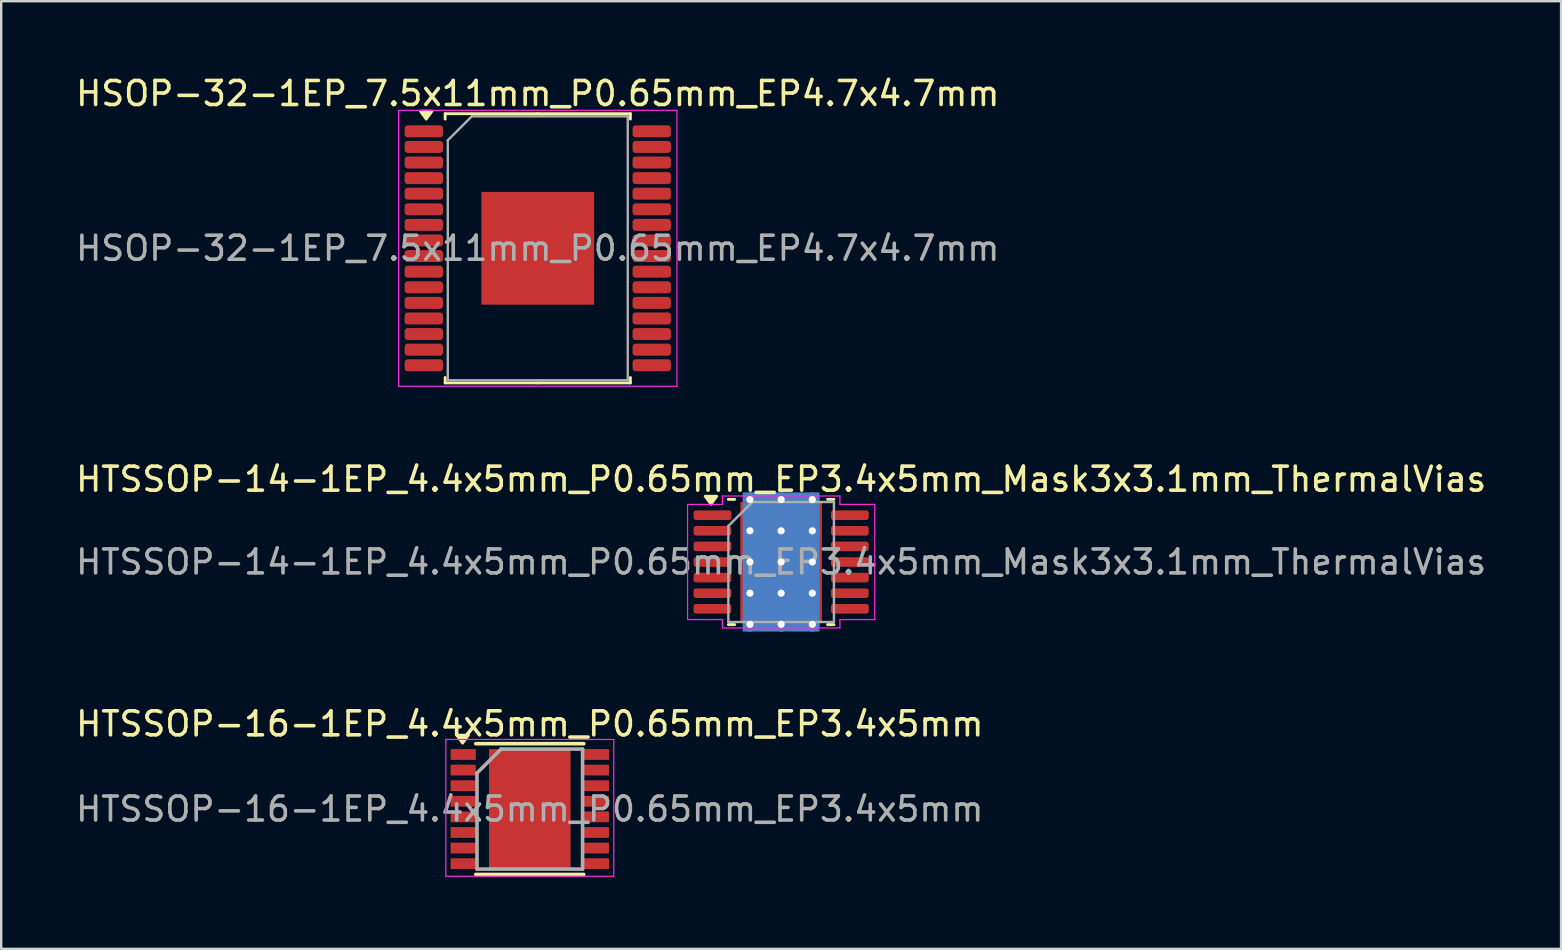
<source format=kicad_pcb>
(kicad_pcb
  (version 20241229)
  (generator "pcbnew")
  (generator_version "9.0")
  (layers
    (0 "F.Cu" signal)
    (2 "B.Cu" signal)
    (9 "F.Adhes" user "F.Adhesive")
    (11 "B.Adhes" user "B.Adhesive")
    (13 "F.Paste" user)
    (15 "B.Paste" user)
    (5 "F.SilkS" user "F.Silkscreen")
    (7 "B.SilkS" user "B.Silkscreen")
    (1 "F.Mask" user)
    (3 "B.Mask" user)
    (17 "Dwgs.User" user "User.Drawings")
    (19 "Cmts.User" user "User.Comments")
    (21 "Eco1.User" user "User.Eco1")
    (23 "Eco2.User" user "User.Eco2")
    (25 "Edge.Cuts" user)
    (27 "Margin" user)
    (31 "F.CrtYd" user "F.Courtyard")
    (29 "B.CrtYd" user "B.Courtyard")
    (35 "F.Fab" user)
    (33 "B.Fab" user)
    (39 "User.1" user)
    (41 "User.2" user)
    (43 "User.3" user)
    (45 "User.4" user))
  (footprint "HTSSOP-14-1EP_4.4x5mm_P0.65mm_EP3.4x5mm_Mask3x3.1mm_ThermalVias"
    (layer "F.Cu")
    (at 29.506 20.372)
    (property "Reference" "HTSSOP-14-1EP_4.4x5mm_P0.65mm_EP3.4x5mm_Mask3x3.1mm_ThermalVias" (at 0 -3.45 0) (layer "F.SilkS") (effects (font (size 1 1) (thickness 0.15))))
    (attr smd)
    (fp_line (start -1.936 -2.61) (end -2.2 -2.61) (stroke (width 0.12) (type solid)) (layer "F.SilkS"))
    (fp_line (start -1.936 2.61) (end -2.2 2.61) (stroke (width 0.12) (type solid)) (layer "F.SilkS"))
    (fp_line (start 1.936 -2.61) (end 2.2 -2.61) (stroke (width 0.12) (type solid)) (layer "F.SilkS"))
    (fp_line (start 1.936 2.61) (end 2.2 2.61) (stroke (width 0.12) (type solid)) (layer "F.SilkS"))
    (fp_poly (pts (xy -2.925 -2.41) (xy -3.165 -2.74) (xy -2.685 -2.74)) (stroke (width 0.12) (type solid)) (fill yes) (layer "F.SilkS"))
    (fp_line (start -3.9 -2.4) (end -2.45 -2.4) (stroke (width 0.05) (type solid)) (layer "F.CrtYd"))
    (fp_line (start -3.9 2.4) (end -3.9 -2.4) (stroke (width 0.05) (type solid)) (layer "F.CrtYd"))
    (fp_line (start -2.45 -2.75) (end 2.45 -2.75) (stroke (width 0.05) (type solid)) (layer "F.CrtYd"))
    (fp_line (start -2.45 -2.4) (end -2.45 -2.75) (stroke (width 0.05) (type solid)) (layer "F.CrtYd"))
    (fp_line (start -2.45 2.4) (end -3.9 2.4) (stroke (width 0.05) (type solid)) (layer "F.CrtYd"))
    (fp_line (start -2.45 2.75) (end -2.45 2.4) (stroke (width 0.05) (type solid)) (layer "F.CrtYd"))
    (fp_line (start 2.45 -2.75) (end 2.45 -2.4) (stroke (width 0.05) (type solid)) (layer "F.CrtYd"))
    (fp_line (start 2.45 -2.4) (end 3.9 -2.4) (stroke (width 0.05) (type solid)) (layer "F.CrtYd"))
    (fp_line (start 2.45 2.4) (end 2.45 2.75) (stroke (width 0.05) (type solid)) (layer "F.CrtYd"))
    (fp_line (start 2.45 2.75) (end -2.45 2.75) (stroke (width 0.05) (type solid)) (layer "F.CrtYd"))
    (fp_line (start 3.9 -2.4) (end 3.9 2.4) (stroke (width 0.05) (type solid)) (layer "F.CrtYd"))
    (fp_line (start 3.9 2.4) (end 2.45 2.4) (stroke (width 0.05) (type solid)) (layer "F.CrtYd"))
    (fp_line (start -2.2 -1.5) (end -1.2 -2.5) (stroke (width 0.1) (type solid)) (layer "F.Fab"))
    (fp_line (start -2.2 2.5) (end -2.2 -1.5) (stroke (width 0.1) (type solid)) (layer "F.Fab"))
    (fp_line (start -1.2 -2.5) (end 2.2 -2.5) (stroke (width 0.1) (type solid)) (layer "F.Fab"))
    (fp_line (start 2.2 -2.5) (end 2.2 2.5) (stroke (width 0.1) (type solid)) (layer "F.Fab"))
    (fp_line (start 2.2 2.5) (end -2.2 2.5) (stroke (width 0.1) (type solid)) (layer "F.Fab"))
    (fp_text user "${REFERENCE}" (at 0 0 0) (layer "F.Fab") (effects (font (size 1 1) (thickness 0.15))))
    (pad "" smd roundrect (at -0.75 -0.775) (size 1.21 1.25) (layers "F.Paste") (roundrect_rratio 0.207))
    (pad "" smd roundrect (at -0.75 0.775) (size 1.21 1.25) (layers "F.Paste") (roundrect_rratio 0.207))
    (pad "" smd rect (at 0 0) (size 3 3.1) (layers "F.Mask"))
    (pad "" smd roundrect (at 0.75 -0.775) (size 1.21 1.25) (layers "F.Paste") (roundrect_rratio 0.207))
    (pad "" smd roundrect (at 0.75 0.775) (size 1.21 1.25) (layers "F.Paste") (roundrect_rratio 0.207))
    (pad "1" smd roundrect (at -2.862 -1.95) (size 1.575 0.4) (layers "F.Cu" "F.Mask" "F.Paste") (roundrect_rratio 0.25))
    (pad "2" smd roundrect (at -2.862 -1.3) (size 1.575 0.4) (layers "F.Cu" "F.Mask" "F.Paste") (roundrect_rratio 0.25))
    (pad "3" smd roundrect (at -2.862 -0.65) (size 1.575 0.4) (layers "F.Cu" "F.Mask" "F.Paste") (roundrect_rratio 0.25))
    (pad "4" smd roundrect (at -2.862 0) (size 1.575 0.4) (layers "F.Cu" "F.Mask" "F.Paste") (roundrect_rratio 0.25))
    (pad "5" smd roundrect (at -2.862 0.65) (size 1.575 0.4) (layers "F.Cu" "F.Mask" "F.Paste") (roundrect_rratio 0.25))
    (pad "6" smd roundrect (at -2.862 1.3) (size 1.575 0.4) (layers "F.Cu" "F.Mask" "F.Paste") (roundrect_rratio 0.25))
    (pad "7" smd roundrect (at -2.862 1.95) (size 1.575 0.4) (layers "F.Cu" "F.Mask" "F.Paste") (roundrect_rratio 0.25))
    (pad "8" smd roundrect (at 2.862 1.95) (size 1.575 0.4) (layers "F.Cu" "F.Mask" "F.Paste") (roundrect_rratio 0.25))
    (pad "9" smd roundrect (at 2.862 1.3) (size 1.575 0.4) (layers "F.Cu" "F.Mask" "F.Paste") (roundrect_rratio 0.25))
    (pad "10" smd roundrect (at 2.862 0.65) (size 1.575 0.4) (layers "F.Cu" "F.Mask" "F.Paste") (roundrect_rratio 0.25))
    (pad "11" smd roundrect (at 2.862 0) (size 1.575 0.4) (layers "F.Cu" "F.Mask" "F.Paste") (roundrect_rratio 0.25))
    (pad "12" smd roundrect (at 2.862 -0.65) (size 1.575 0.4) (layers "F.Cu" "F.Mask" "F.Paste") (roundrect_rratio 0.25))
    (pad "13" smd roundrect (at 2.862 -1.3) (size 1.575 0.4) (layers "F.Cu" "F.Mask" "F.Paste") (roundrect_rratio 0.25))
    (pad "14" smd roundrect (at 2.862 -1.95) (size 1.575 0.4) (layers "F.Cu" "F.Mask" "F.Paste") (roundrect_rratio 0.25))
    (pad "15" thru_hole circle (at -1.3 -2.6) (size 0.6 0.6) (drill 0.3) (property pad_prop_heatsink) (layers "*.Cu"))
    (pad "15" thru_hole circle (at -1.3 -1.3) (size 0.6 0.6) (drill 0.3) (property pad_prop_heatsink) (layers "*.Cu"))
    (pad "15" thru_hole circle (at -1.3 0) (size 0.6 0.6) (drill 0.3) (property pad_prop_heatsink) (layers "*.Cu"))
    (pad "15" thru_hole circle (at -1.3 1.3) (size 0.6 0.6) (drill 0.3) (property pad_prop_heatsink) (layers "*.Cu"))
    (pad "15" thru_hole circle (at -1.3 2.6) (size 0.6 0.6) (drill 0.3) (property pad_prop_heatsink) (layers "*.Cu"))
    (pad "15" thru_hole circle (at 0 -2.6) (size 0.6 0.6) (drill 0.3) (property pad_prop_heatsink) (layers "*.Cu"))
    (pad "15" thru_hole circle (at 0 -1.3) (size 0.6 0.6) (drill 0.3) (property pad_prop_heatsink) (layers "*.Cu"))
    (pad "15" thru_hole circle (at 0 0) (size 0.6 0.6) (drill 0.3) (property pad_prop_heatsink) (layers "*.Cu"))
    (pad "15" smd rect (at 0 0) (size 3.2 5.8) (property pad_prop_heatsink) (layers "B.Cu"))
    (pad "15" smd rect (at 0 0) (size 3.4 5) (property pad_prop_heatsink) (layers "F.Cu"))
    (pad "15" thru_hole circle (at 0 1.3) (size 0.6 0.6) (drill 0.3) (property pad_prop_heatsink) (layers "*.Cu"))
    (pad "15" thru_hole circle (at 0 2.6) (size 0.6 0.6) (drill 0.3) (property pad_prop_heatsink) (layers "*.Cu"))
    (pad "15" thru_hole circle (at 1.3 -2.6) (size 0.6 0.6) (drill 0.3) (property pad_prop_heatsink) (layers "*.Cu"))
    (pad "15" thru_hole circle (at 1.3 -1.3) (size 0.6 0.6) (drill 0.3) (property pad_prop_heatsink) (layers "*.Cu"))
    (pad "15" thru_hole circle (at 1.3 0) (size 0.6 0.6) (drill 0.3) (property pad_prop_heatsink) (layers "*.Cu"))
    (pad "15" thru_hole circle (at 1.3 1.3) (size 0.6 0.6) (drill 0.3) (property pad_prop_heatsink) (layers "*.Cu"))
    (pad "15" thru_hole circle (at 1.3 2.6) (size 0.6 0.6) (drill 0.3) (property pad_prop_heatsink) (layers "*.Cu")))
  (footprint "HTSSOP-16-1EP_4.4x5mm_P0.65mm_EP3.4x5mm"
    (layer "F.Cu")
    (at 19.03 30.67)
    (property "Reference" "HTSSOP-16-1EP_4.4x5mm_P0.65mm_EP3.4x5mm" (at 0 -3.55 0) (layer "F.SilkS") (effects (font (size 1 1) (thickness 0.15))))
    (attr smd)
    (fp_line (start -2.25 -2.725) (end 2.25 -2.725) (stroke (width 0.15) (type solid)) (layer "F.SilkS"))
    (fp_line (start -2.25 2.725) (end 2.25 2.725) (stroke (width 0.15) (type solid)) (layer "F.SilkS"))
    (fp_poly (pts (xy -2.8 -2.75) (xy -3.04 -3.08) (xy -2.56 -3.08) (xy -2.8 -2.75)) (stroke (width 0.12) (type solid)) (fill yes) (layer "F.SilkS"))
    (fp_line (start -3.5 -2.9) (end -3.5 2.8) (stroke (width 0.05) (type solid)) (layer "F.CrtYd"))
    (fp_line (start -3.5 -2.9) (end 3.5 -2.9) (stroke (width 0.05) (type solid)) (layer "F.CrtYd"))
    (fp_line (start -3.5 2.8) (end 3.5 2.8) (stroke (width 0.05) (type solid)) (layer "F.CrtYd"))
    (fp_line (start 3.5 -2.9) (end 3.5 2.8) (stroke (width 0.05) (type solid)) (layer "F.CrtYd"))
    (fp_line (start -2.2 -1.5) (end -1.2 -2.5) (stroke (width 0.15) (type solid)) (layer "F.Fab"))
    (fp_line (start -2.2 2.5) (end -2.2 -1.5) (stroke (width 0.15) (type solid)) (layer "F.Fab"))
    (fp_line (start -1.2 -2.5) (end 2.2 -2.5) (stroke (width 0.15) (type solid)) (layer "F.Fab"))
    (fp_line (start 2.2 -2.5) (end 2.2 2.5) (stroke (width 0.15) (type solid)) (layer "F.Fab"))
    (fp_line (start 2.2 2.5) (end -2.2 2.5) (stroke (width 0.15) (type solid)) (layer "F.Fab"))
    (fp_text user "${REFERENCE}" (at 0 0 0) (layer "F.Fab") (effects (font (size 1 1) (thickness 0.15))))
    (pad "" smd rect (at -1.133 -1.875) (size 0.88 1.05) (layers "F.Paste"))
    (pad "" smd rect (at -1.133 -0.625) (size 0.88 1.05) (layers "F.Paste"))
    (pad "" smd rect (at -1.133 0.625) (size 0.88 1.05) (layers "F.Paste"))
    (pad "" smd rect (at -1.133 1.875) (size 0.88 1.05) (layers "F.Paste"))
    (pad "" smd rect (at 0 -1.875) (size 0.88 1.05) (layers "F.Paste"))
    (pad "" smd rect (at 0 -0.625) (size 0.88 1.05) (layers "F.Paste"))
    (pad "" smd rect (at 0 0.625) (size 0.88 1.05) (layers "F.Paste"))
    (pad "" smd rect (at 0 1.875) (size 0.88 1.05) (layers "F.Paste"))
    (pad "" smd rect (at 1.133 -1.875) (size 0.88 1.05) (layers "F.Paste"))
    (pad "" smd rect (at 1.133 -0.625) (size 0.88 1.05) (layers "F.Paste"))
    (pad "" smd rect (at 1.133 0.625) (size 0.88 1.05) (layers "F.Paste"))
    (pad "" smd rect (at 1.133 1.875) (size 0.88 1.05) (layers "F.Paste"))
    (pad "1" smd rect (at -2.775 -2.275) (size 1.05 0.45) (layers "F.Cu" "F.Mask" "F.Paste"))
    (pad "2" smd rect (at -2.775 -1.625) (size 1.05 0.45) (layers "F.Cu" "F.Mask" "F.Paste"))
    (pad "3" smd rect (at -2.775 -0.975) (size 1.05 0.45) (layers "F.Cu" "F.Mask" "F.Paste"))
    (pad "4" smd rect (at -2.775 -0.325) (size 1.05 0.45) (layers "F.Cu" "F.Mask" "F.Paste"))
    (pad "5" smd rect (at -2.775 0.325) (size 1.05 0.45) (layers "F.Cu" "F.Mask" "F.Paste"))
    (pad "6" smd rect (at -2.775 0.975) (size 1.05 0.45) (layers "F.Cu" "F.Mask" "F.Paste"))
    (pad "7" smd rect (at -2.775 1.625) (size 1.05 0.45) (layers "F.Cu" "F.Mask" "F.Paste"))
    (pad "8" smd rect (at -2.775 2.275) (size 1.05 0.45) (layers "F.Cu" "F.Mask" "F.Paste"))
    (pad "9" smd rect (at 2.775 2.275) (size 1.05 0.45) (layers "F.Cu" "F.Mask" "F.Paste"))
    (pad "10" smd rect (at 2.775 1.625) (size 1.05 0.45) (layers "F.Cu" "F.Mask" "F.Paste"))
    (pad "11" smd rect (at 2.775 0.975) (size 1.05 0.45) (layers "F.Cu" "F.Mask" "F.Paste"))
    (pad "12" smd rect (at 2.775 0.325) (size 1.05 0.45) (layers "F.Cu" "F.Mask" "F.Paste"))
    (pad "13" smd rect (at 2.775 -0.325) (size 1.05 0.45) (layers "F.Cu" "F.Mask" "F.Paste"))
    (pad "14" smd rect (at 2.775 -0.975) (size 1.05 0.45) (layers "F.Cu" "F.Mask" "F.Paste"))
    (pad "15" smd rect (at 2.775 -1.625) (size 1.05 0.45) (layers "F.Cu" "F.Mask" "F.Paste"))
    (pad "16" smd rect (at 2.775 -2.275) (size 1.05 0.45) (layers "F.Cu" "F.Mask" "F.Paste"))
    (pad "17" smd rect (at 0 0) (size 3.4 5) (layers "F.Cu" "F.Mask")))
  (footprint "HSOP-32-1EP_7.5x11mm_P0.65mm_EP4.7x4.7mm"
    (layer "F.Cu")
    (at 19.363 7.298)
    (property "Reference" "HSOP-32-1EP_7.5x11mm_P0.65mm_EP4.7x4.7mm" (at 0 -6.45 0) (layer "F.SilkS") (effects (font (size 1 1) (thickness 0.15))))
    (attr smd)
    (fp_line (start -3.86 -5.61) (end -3.86 -5.385) (stroke (width 0.12) (type solid)) (layer "F.SilkS"))
    (fp_line (start -3.86 5.61) (end -3.86 5.385) (stroke (width 0.12) (type solid)) (layer "F.SilkS"))
    (fp_line (start 0 -5.61) (end -3.86 -5.61) (stroke (width 0.12) (type solid)) (layer "F.SilkS"))
    (fp_line (start 0 -5.61) (end 3.86 -5.61) (stroke (width 0.12) (type solid)) (layer "F.SilkS"))
    (fp_line (start 0 5.61) (end -3.86 5.61) (stroke (width 0.12) (type solid)) (layer "F.SilkS"))
    (fp_line (start 0 5.61) (end 3.86 5.61) (stroke (width 0.12) (type solid)) (layer "F.SilkS"))
    (fp_line (start 3.86 -5.61) (end 3.86 -5.385) (stroke (width 0.12) (type solid)) (layer "F.SilkS"))
    (fp_line (start 3.86 5.61) (end 3.86 5.385) (stroke (width 0.12) (type solid)) (layer "F.SilkS"))
    (fp_poly (pts (xy -4.65 -5.385) (xy -4.89 -5.715) (xy -4.41 -5.715) (xy -4.65 -5.385)) (stroke (width 0.12) (type solid)) (fill yes) (layer "F.SilkS"))
    (fp_line (start -5.8 -5.75) (end -5.8 5.75) (stroke (width 0.05) (type solid)) (layer "F.CrtYd"))
    (fp_line (start -5.8 5.75) (end 5.8 5.75) (stroke (width 0.05) (type solid)) (layer "F.CrtYd"))
    (fp_line (start 5.8 -5.75) (end -5.8 -5.75) (stroke (width 0.05) (type solid)) (layer "F.CrtYd"))
    (fp_line (start 5.8 5.75) (end 5.8 -5.75) (stroke (width 0.05) (type solid)) (layer "F.CrtYd"))
    (fp_line (start -3.75 -4.5) (end -2.75 -5.5) (stroke (width 0.1) (type solid)) (layer "F.Fab"))
    (fp_line (start -3.75 5.5) (end -3.75 -4.5) (stroke (width 0.1) (type solid)) (layer "F.Fab"))
    (fp_line (start -2.75 -5.5) (end 3.75 -5.5) (stroke (width 0.1) (type solid)) (layer "F.Fab"))
    (fp_line (start 3.75 -5.5) (end 3.75 5.5) (stroke (width 0.1) (type solid)) (layer "F.Fab"))
    (fp_line (start 3.75 5.5) (end -3.75 5.5) (stroke (width 0.1) (type solid)) (layer "F.Fab"))
    (fp_text user "${REFERENCE}" (at 0 0 0) (layer "F.Fab") (effects (font (size 1 1) (thickness 0.15))))
    (pad "" smd roundrect (at -1.175 -1.175) (size 1.89 1.89) (layers "F.Paste") (roundrect_rratio 0.132))
    (pad "" smd roundrect (at -1.175 1.175) (size 1.89 1.89) (layers "F.Paste") (roundrect_rratio 0.132))
    (pad "" smd roundrect (at 1.175 -1.175) (size 1.89 1.89) (layers "F.Paste") (roundrect_rratio 0.132))
    (pad "" smd roundrect (at 1.175 1.175) (size 1.89 1.89) (layers "F.Paste") (roundrect_rratio 0.132))
    (pad "1" smd roundrect (at -4.75 -4.875) (size 1.6 0.5) (layers "F.Cu" "F.Mask" "F.Paste") (roundrect_rratio 0.25))
    (pad "2" smd roundrect (at -4.75 -4.225) (size 1.6 0.5) (layers "F.Cu" "F.Mask" "F.Paste") (roundrect_rratio 0.25))
    (pad "3" smd roundrect (at -4.75 -3.575) (size 1.6 0.5) (layers "F.Cu" "F.Mask" "F.Paste") (roundrect_rratio 0.25))
    (pad "4" smd roundrect (at -4.75 -2.925) (size 1.6 0.5) (layers "F.Cu" "F.Mask" "F.Paste") (roundrect_rratio 0.25))
    (pad "5" smd roundrect (at -4.75 -2.275) (size 1.6 0.5) (layers "F.Cu" "F.Mask" "F.Paste") (roundrect_rratio 0.25))
    (pad "6" smd roundrect (at -4.75 -1.625) (size 1.6 0.5) (layers "F.Cu" "F.Mask" "F.Paste") (roundrect_rratio 0.25))
    (pad "7" smd roundrect (at -4.75 -0.975) (size 1.6 0.5) (layers "F.Cu" "F.Mask" "F.Paste") (roundrect_rratio 0.25))
    (pad "8" smd roundrect (at -4.75 -0.325) (size 1.6 0.5) (layers "F.Cu" "F.Mask" "F.Paste") (roundrect_rratio 0.25))
    (pad "9" smd roundrect (at -4.75 0.325) (size 1.6 0.5) (layers "F.Cu" "F.Mask" "F.Paste") (roundrect_rratio 0.25))
    (pad "10" smd roundrect (at -4.75 0.975) (size 1.6 0.5) (layers "F.Cu" "F.Mask" "F.Paste") (roundrect_rratio 0.25))
    (pad "11" smd roundrect (at -4.75 1.625) (size 1.6 0.5) (layers "F.Cu" "F.Mask" "F.Paste") (roundrect_rratio 0.25))
    (pad "12" smd roundrect (at -4.75 2.275) (size 1.6 0.5) (layers "F.Cu" "F.Mask" "F.Paste") (roundrect_rratio 0.25))
    (pad "13" smd roundrect (at -4.75 2.925) (size 1.6 0.5) (layers "F.Cu" "F.Mask" "F.Paste") (roundrect_rratio 0.25))
    (pad "14" smd roundrect (at -4.75 3.575) (size 1.6 0.5) (layers "F.Cu" "F.Mask" "F.Paste") (roundrect_rratio 0.25))
    (pad "15" smd roundrect (at -4.75 4.225) (size 1.6 0.5) (layers "F.Cu" "F.Mask" "F.Paste") (roundrect_rratio 0.25))
    (pad "16" smd roundrect (at -4.75 4.875) (size 1.6 0.5) (layers "F.Cu" "F.Mask" "F.Paste") (roundrect_rratio 0.25))
    (pad "17" smd roundrect (at 4.75 4.875) (size 1.6 0.5) (layers "F.Cu" "F.Mask" "F.Paste") (roundrect_rratio 0.25))
    (pad "18" smd roundrect (at 4.75 4.225) (size 1.6 0.5) (layers "F.Cu" "F.Mask" "F.Paste") (roundrect_rratio 0.25))
    (pad "19" smd roundrect (at 4.75 3.575) (size 1.6 0.5) (layers "F.Cu" "F.Mask" "F.Paste") (roundrect_rratio 0.25))
    (pad "20" smd roundrect (at 4.75 2.925) (size 1.6 0.5) (layers "F.Cu" "F.Mask" "F.Paste") (roundrect_rratio 0.25))
    (pad "21" smd roundrect (at 4.75 2.275) (size 1.6 0.5) (layers "F.Cu" "F.Mask" "F.Paste") (roundrect_rratio 0.25))
    (pad "22" smd roundrect (at 4.75 1.625) (size 1.6 0.5) (layers "F.Cu" "F.Mask" "F.Paste") (roundrect_rratio 0.25))
    (pad "23" smd roundrect (at 4.75 0.975) (size 1.6 0.5) (layers "F.Cu" "F.Mask" "F.Paste") (roundrect_rratio 0.25))
    (pad "24" smd roundrect (at 4.75 0.325) (size 1.6 0.5) (layers "F.Cu" "F.Mask" "F.Paste") (roundrect_rratio 0.25))
    (pad "25" smd roundrect (at 4.75 -0.325) (size 1.6 0.5) (layers "F.Cu" "F.Mask" "F.Paste") (roundrect_rratio 0.25))
    (pad "26" smd roundrect (at 4.75 -0.975) (size 1.6 0.5) (layers "F.Cu" "F.Mask" "F.Paste") (roundrect_rratio 0.25))
    (pad "27" smd roundrect (at 4.75 -1.625) (size 1.6 0.5) (layers "F.Cu" "F.Mask" "F.Paste") (roundrect_rratio 0.25))
    (pad "28" smd roundrect (at 4.75 -2.275) (size 1.6 0.5) (layers "F.Cu" "F.Mask" "F.Paste") (roundrect_rratio 0.25))
    (pad "29" smd roundrect (at 4.75 -2.925) (size 1.6 0.5) (layers "F.Cu" "F.Mask" "F.Paste") (roundrect_rratio 0.25))
    (pad "30" smd roundrect (at 4.75 -3.575) (size 1.6 0.5) (layers "F.Cu" "F.Mask" "F.Paste") (roundrect_rratio 0.25))
    (pad "31" smd roundrect (at 4.75 -4.225) (size 1.6 0.5) (layers "F.Cu" "F.Mask" "F.Paste") (roundrect_rratio 0.25))
    (pad "32" smd roundrect (at 4.75 -4.875) (size 1.6 0.5) (layers "F.Cu" "F.Mask" "F.Paste") (roundrect_rratio 0.25))
    (pad "33" smd rect (at 0 0) (size 4.7 4.7) (property pad_prop_heatsink) (layers "F.Cu" "F.Mask")))
  (gr_rect
    (start -3 -3)
    (end 62.012 36.495)
    (stroke (width 0.1) (type default))
    (fill no)
    (layer "Edge.Cuts")))
</source>
